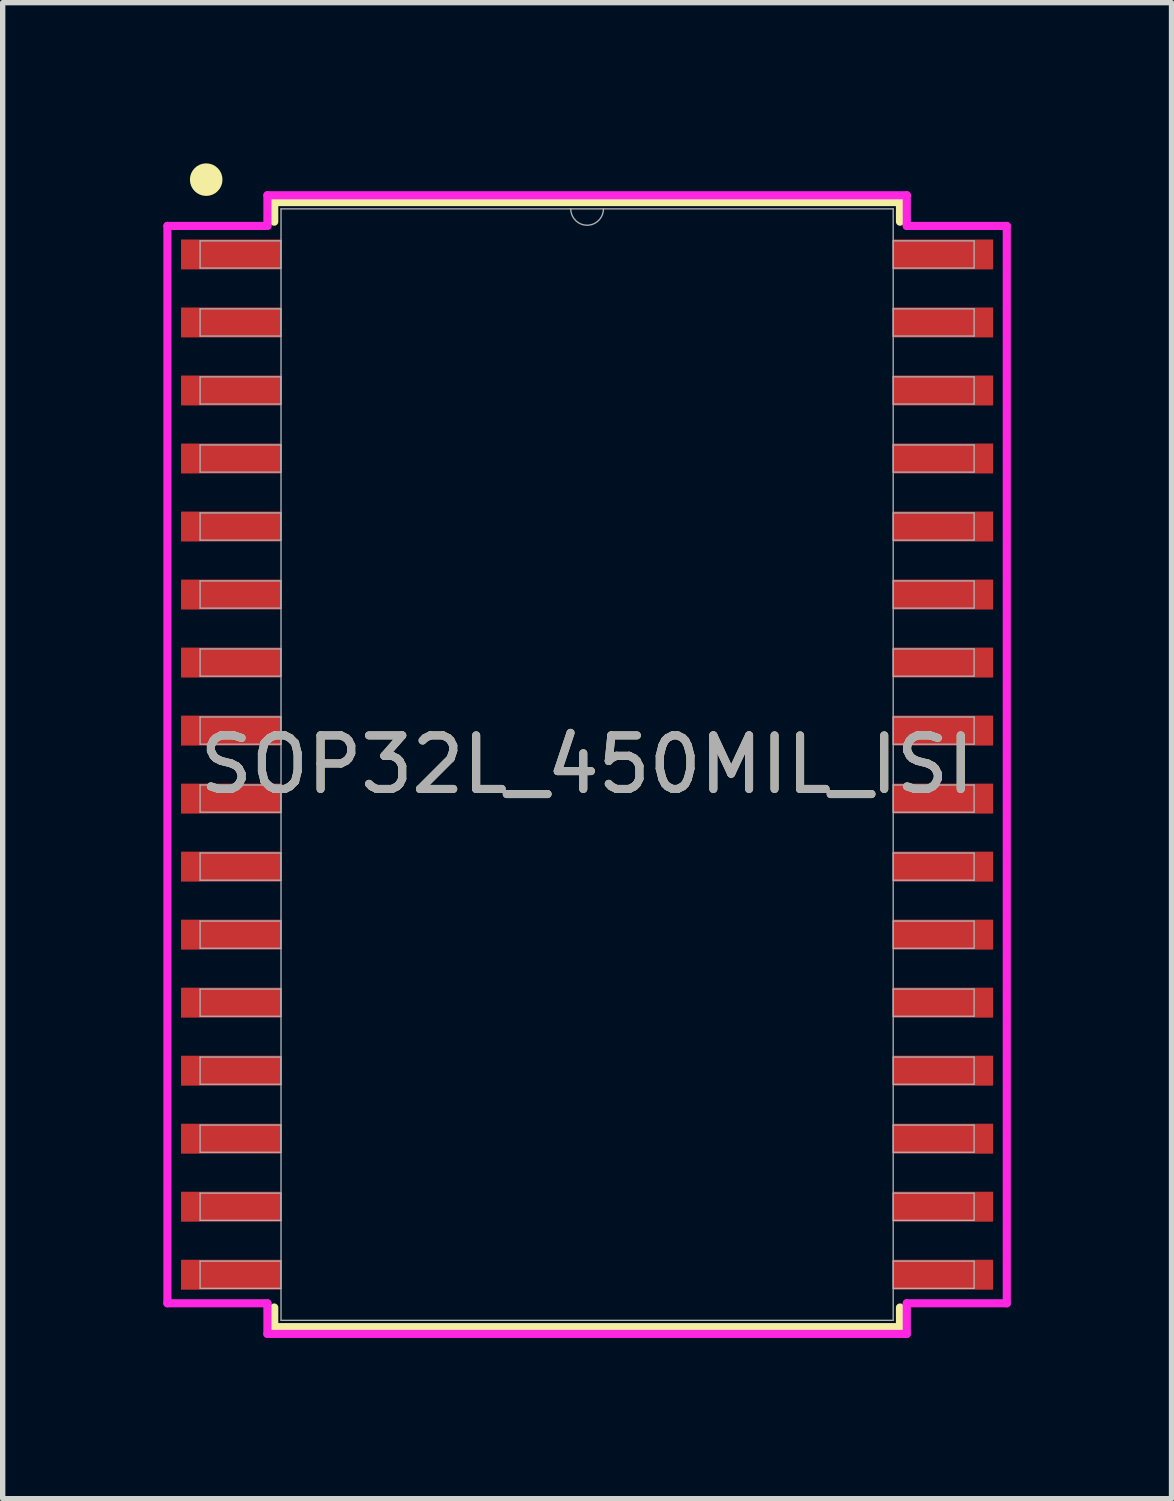
<source format=kicad_pcb>
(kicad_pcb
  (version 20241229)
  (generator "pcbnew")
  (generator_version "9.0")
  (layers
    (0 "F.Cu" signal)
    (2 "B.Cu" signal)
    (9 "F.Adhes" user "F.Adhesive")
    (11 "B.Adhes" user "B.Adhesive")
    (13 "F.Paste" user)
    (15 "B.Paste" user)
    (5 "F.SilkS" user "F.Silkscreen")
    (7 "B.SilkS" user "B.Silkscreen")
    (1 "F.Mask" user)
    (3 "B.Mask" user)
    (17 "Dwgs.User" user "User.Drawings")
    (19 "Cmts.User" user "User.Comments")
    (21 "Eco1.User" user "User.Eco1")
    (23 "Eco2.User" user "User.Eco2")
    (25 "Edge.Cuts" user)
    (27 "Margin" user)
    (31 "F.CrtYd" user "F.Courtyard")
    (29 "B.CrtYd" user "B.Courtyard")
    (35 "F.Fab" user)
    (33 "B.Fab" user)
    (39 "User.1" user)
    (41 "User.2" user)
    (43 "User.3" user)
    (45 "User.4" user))
  (footprint "SOP32L_450MIL_ISI"
    (layer "F.Cu")
    (at 7.912 11.226)
    (property "Reference" "SOP32L_450MIL_ISI" (at 0 0 0) (unlocked yes) (layer "F.SilkS") (effects (font (size 1 1) (thickness 0.15))))
    (attr smd)
    (fp_line (start -5.842 -10.503) (end -5.842 -10.137) (stroke (width 0.152) (type solid)) (layer "F.SilkS"))
    (fp_line (start -5.842 10.137) (end -5.842 10.503) (stroke (width 0.152) (type solid)) (layer "F.SilkS"))
    (fp_line (start -5.842 10.503) (end 5.842 10.503) (stroke (width 0.152) (type solid)) (layer "F.SilkS"))
    (fp_line (start 5.842 -10.503) (end -5.842 -10.503) (stroke (width 0.152) (type solid)) (layer "F.SilkS"))
    (fp_line (start 5.842 -10.137) (end 5.842 -10.503) (stroke (width 0.152) (type solid)) (layer "F.SilkS"))
    (fp_line (start 5.842 10.503) (end 5.842 10.137) (stroke (width 0.152) (type solid)) (layer "F.SilkS"))
    (fp_circle (center -7.112 -10.922) (end -7.112 -10.668) (stroke (width 0.1) (type default)) (fill no) (layer "F.SilkS"))
    (fp_poly (pts (xy -6.863 -10.972) (xy -6.901 -11.063) (xy -6.971 -11.133) (xy -7.062 -11.171) (xy -7.162 -11.171) (xy -7.253 -11.133) (xy -7.323 -11.063) (xy -7.361 -10.972) (xy -7.361 -10.872) (xy -7.323 -10.781) (xy -7.253 -10.711) (xy -7.162 -10.673) (xy -7.062 -10.673) (xy -6.971 -10.711) (xy -6.901 -10.781) (xy -6.863 -10.872) (xy -6.863 -10.972)) (stroke (width 0) (type solid)) (fill yes) (layer "F.SilkS"))
    (fp_line (start -7.836 -10.058) (end -5.969 -10.058) (stroke (width 0.152) (type solid)) (layer "F.CrtYd"))
    (fp_line (start -7.836 10.058) (end -7.836 -10.058) (stroke (width 0.152) (type solid)) (layer "F.CrtYd"))
    (fp_line (start -7.836 10.058) (end -5.969 10.058) (stroke (width 0.152) (type solid)) (layer "F.CrtYd"))
    (fp_line (start -5.969 -10.63) (end 5.969 -10.63) (stroke (width 0.152) (type solid)) (layer "F.CrtYd"))
    (fp_line (start -5.969 -10.058) (end -5.969 -10.63) (stroke (width 0.152) (type solid)) (layer "F.CrtYd"))
    (fp_line (start -5.969 10.63) (end -5.969 10.058) (stroke (width 0.152) (type solid)) (layer "F.CrtYd"))
    (fp_line (start 5.969 -10.63) (end 5.969 -10.058) (stroke (width 0.152) (type solid)) (layer "F.CrtYd"))
    (fp_line (start 5.969 10.058) (end 5.969 10.63) (stroke (width 0.152) (type solid)) (layer "F.CrtYd"))
    (fp_line (start 5.969 10.63) (end -5.969 10.63) (stroke (width 0.152) (type solid)) (layer "F.CrtYd"))
    (fp_line (start 7.836 -10.058) (end 5.969 -10.058) (stroke (width 0.152) (type solid)) (layer "F.CrtYd"))
    (fp_line (start 7.836 -10.058) (end 7.836 10.058) (stroke (width 0.152) (type solid)) (layer "F.CrtYd"))
    (fp_line (start 7.836 10.058) (end 5.969 10.058) (stroke (width 0.152) (type solid)) (layer "F.CrtYd"))
    (fp_line (start -7.226 -9.779) (end -7.226 -9.271) (stroke (width 0.025) (type solid)) (layer "F.Fab"))
    (fp_line (start -7.226 -9.271) (end -5.715 -9.271) (stroke (width 0.025) (type solid)) (layer "F.Fab"))
    (fp_line (start -7.226 -8.509) (end -7.226 -8.001) (stroke (width 0.025) (type solid)) (layer "F.Fab"))
    (fp_line (start -7.226 -8.001) (end -5.715 -8.001) (stroke (width 0.025) (type solid)) (layer "F.Fab"))
    (fp_line (start -7.226 -7.239) (end -7.226 -6.731) (stroke (width 0.025) (type solid)) (layer "F.Fab"))
    (fp_line (start -7.226 -6.731) (end -5.715 -6.731) (stroke (width 0.025) (type solid)) (layer "F.Fab"))
    (fp_line (start -7.226 -5.969) (end -7.226 -5.461) (stroke (width 0.025) (type solid)) (layer "F.Fab"))
    (fp_line (start -7.226 -5.461) (end -5.715 -5.461) (stroke (width 0.025) (type solid)) (layer "F.Fab"))
    (fp_line (start -7.226 -4.699) (end -7.226 -4.191) (stroke (width 0.025) (type solid)) (layer "F.Fab"))
    (fp_line (start -7.226 -4.191) (end -5.715 -4.191) (stroke (width 0.025) (type solid)) (layer "F.Fab"))
    (fp_line (start -7.226 -3.429) (end -7.226 -2.921) (stroke (width 0.025) (type solid)) (layer "F.Fab"))
    (fp_line (start -7.226 -2.921) (end -5.715 -2.921) (stroke (width 0.025) (type solid)) (layer "F.Fab"))
    (fp_line (start -7.226 -2.159) (end -7.226 -1.651) (stroke (width 0.025) (type solid)) (layer "F.Fab"))
    (fp_line (start -7.226 -1.651) (end -5.715 -1.651) (stroke (width 0.025) (type solid)) (layer "F.Fab"))
    (fp_line (start -7.226 -0.889) (end -7.226 -0.381) (stroke (width 0.025) (type solid)) (layer "F.Fab"))
    (fp_line (start -7.226 -0.381) (end -5.715 -0.381) (stroke (width 0.025) (type solid)) (layer "F.Fab"))
    (fp_line (start -7.226 0.381) (end -7.226 0.889) (stroke (width 0.025) (type solid)) (layer "F.Fab"))
    (fp_line (start -7.226 0.889) (end -5.715 0.889) (stroke (width 0.025) (type solid)) (layer "F.Fab"))
    (fp_line (start -7.226 1.651) (end -7.226 2.159) (stroke (width 0.025) (type solid)) (layer "F.Fab"))
    (fp_line (start -7.226 2.159) (end -5.715 2.159) (stroke (width 0.025) (type solid)) (layer "F.Fab"))
    (fp_line (start -7.226 2.921) (end -7.226 3.429) (stroke (width 0.025) (type solid)) (layer "F.Fab"))
    (fp_line (start -7.226 3.429) (end -5.715 3.429) (stroke (width 0.025) (type solid)) (layer "F.Fab"))
    (fp_line (start -7.226 4.191) (end -7.226 4.699) (stroke (width 0.025) (type solid)) (layer "F.Fab"))
    (fp_line (start -7.226 4.699) (end -5.715 4.699) (stroke (width 0.025) (type solid)) (layer "F.Fab"))
    (fp_line (start -7.226 5.461) (end -7.226 5.969) (stroke (width 0.025) (type solid)) (layer "F.Fab"))
    (fp_line (start -7.226 5.969) (end -5.715 5.969) (stroke (width 0.025) (type solid)) (layer "F.Fab"))
    (fp_line (start -7.226 6.731) (end -7.226 7.239) (stroke (width 0.025) (type solid)) (layer "F.Fab"))
    (fp_line (start -7.226 7.239) (end -5.715 7.239) (stroke (width 0.025) (type solid)) (layer "F.Fab"))
    (fp_line (start -7.226 8.001) (end -7.226 8.509) (stroke (width 0.025) (type solid)) (layer "F.Fab"))
    (fp_line (start -7.226 8.509) (end -5.715 8.509) (stroke (width 0.025) (type solid)) (layer "F.Fab"))
    (fp_line (start -7.226 9.271) (end -7.226 9.779) (stroke (width 0.025) (type solid)) (layer "F.Fab"))
    (fp_line (start -7.226 9.779) (end -5.715 9.779) (stroke (width 0.025) (type solid)) (layer "F.Fab"))
    (fp_line (start -5.715 -10.376) (end -5.715 10.376) (stroke (width 0.025) (type solid)) (layer "F.Fab"))
    (fp_line (start -5.715 -9.779) (end -7.226 -9.779) (stroke (width 0.025) (type solid)) (layer "F.Fab"))
    (fp_line (start -5.715 -9.271) (end -5.715 -9.779) (stroke (width 0.025) (type solid)) (layer "F.Fab"))
    (fp_line (start -5.715 -8.509) (end -7.226 -8.509) (stroke (width 0.025) (type solid)) (layer "F.Fab"))
    (fp_line (start -5.715 -8.001) (end -5.715 -8.509) (stroke (width 0.025) (type solid)) (layer "F.Fab"))
    (fp_line (start -5.715 -7.239) (end -7.226 -7.239) (stroke (width 0.025) (type solid)) (layer "F.Fab"))
    (fp_line (start -5.715 -6.731) (end -5.715 -7.239) (stroke (width 0.025) (type solid)) (layer "F.Fab"))
    (fp_line (start -5.715 -5.969) (end -7.226 -5.969) (stroke (width 0.025) (type solid)) (layer "F.Fab"))
    (fp_line (start -5.715 -5.461) (end -5.715 -5.969) (stroke (width 0.025) (type solid)) (layer "F.Fab"))
    (fp_line (start -5.715 -4.699) (end -7.226 -4.699) (stroke (width 0.025) (type solid)) (layer "F.Fab"))
    (fp_line (start -5.715 -4.191) (end -5.715 -4.699) (stroke (width 0.025) (type solid)) (layer "F.Fab"))
    (fp_line (start -5.715 -3.429) (end -7.226 -3.429) (stroke (width 0.025) (type solid)) (layer "F.Fab"))
    (fp_line (start -5.715 -2.921) (end -5.715 -3.429) (stroke (width 0.025) (type solid)) (layer "F.Fab"))
    (fp_line (start -5.715 -2.159) (end -7.226 -2.159) (stroke (width 0.025) (type solid)) (layer "F.Fab"))
    (fp_line (start -5.715 -1.651) (end -5.715 -2.159) (stroke (width 0.025) (type solid)) (layer "F.Fab"))
    (fp_line (start -5.715 -0.889) (end -7.226 -0.889) (stroke (width 0.025) (type solid)) (layer "F.Fab"))
    (fp_line (start -5.715 -0.381) (end -5.715 -0.889) (stroke (width 0.025) (type solid)) (layer "F.Fab"))
    (fp_line (start -5.715 0.381) (end -7.226 0.381) (stroke (width 0.025) (type solid)) (layer "F.Fab"))
    (fp_line (start -5.715 0.889) (end -5.715 0.381) (stroke (width 0.025) (type solid)) (layer "F.Fab"))
    (fp_line (start -5.715 1.651) (end -7.226 1.651) (stroke (width 0.025) (type solid)) (layer "F.Fab"))
    (fp_line (start -5.715 2.159) (end -5.715 1.651) (stroke (width 0.025) (type solid)) (layer "F.Fab"))
    (fp_line (start -5.715 2.921) (end -7.226 2.921) (stroke (width 0.025) (type solid)) (layer "F.Fab"))
    (fp_line (start -5.715 3.429) (end -5.715 2.921) (stroke (width 0.025) (type solid)) (layer "F.Fab"))
    (fp_line (start -5.715 4.191) (end -7.226 4.191) (stroke (width 0.025) (type solid)) (layer "F.Fab"))
    (fp_line (start -5.715 4.699) (end -5.715 4.191) (stroke (width 0.025) (type solid)) (layer "F.Fab"))
    (fp_line (start -5.715 5.461) (end -7.226 5.461) (stroke (width 0.025) (type solid)) (layer "F.Fab"))
    (fp_line (start -5.715 5.969) (end -5.715 5.461) (stroke (width 0.025) (type solid)) (layer "F.Fab"))
    (fp_line (start -5.715 6.731) (end -7.226 6.731) (stroke (width 0.025) (type solid)) (layer "F.Fab"))
    (fp_line (start -5.715 7.239) (end -5.715 6.731) (stroke (width 0.025) (type solid)) (layer "F.Fab"))
    (fp_line (start -5.715 8.001) (end -7.226 8.001) (stroke (width 0.025) (type solid)) (layer "F.Fab"))
    (fp_line (start -5.715 8.509) (end -5.715 8.001) (stroke (width 0.025) (type solid)) (layer "F.Fab"))
    (fp_line (start -5.715 9.271) (end -7.226 9.271) (stroke (width 0.025) (type solid)) (layer "F.Fab"))
    (fp_line (start -5.715 9.779) (end -5.715 9.271) (stroke (width 0.025) (type solid)) (layer "F.Fab"))
    (fp_line (start -5.715 10.376) (end 5.715 10.376) (stroke (width 0.025) (type solid)) (layer "F.Fab"))
    (fp_line (start 5.715 -10.376) (end -5.715 -10.376) (stroke (width 0.025) (type solid)) (layer "F.Fab"))
    (fp_line (start 5.715 -9.779) (end 5.715 -9.271) (stroke (width 0.025) (type solid)) (layer "F.Fab"))
    (fp_line (start 5.715 -9.271) (end 7.226 -9.271) (stroke (width 0.025) (type solid)) (layer "F.Fab"))
    (fp_line (start 5.715 -8.509) (end 5.715 -8.001) (stroke (width 0.025) (type solid)) (layer "F.Fab"))
    (fp_line (start 5.715 -8.001) (end 7.226 -8.001) (stroke (width 0.025) (type solid)) (layer "F.Fab"))
    (fp_line (start 5.715 -7.239) (end 5.715 -6.731) (stroke (width 0.025) (type solid)) (layer "F.Fab"))
    (fp_line (start 5.715 -6.731) (end 7.226 -6.731) (stroke (width 0.025) (type solid)) (layer "F.Fab"))
    (fp_line (start 5.715 -5.969) (end 5.715 -5.461) (stroke (width 0.025) (type solid)) (layer "F.Fab"))
    (fp_line (start 5.715 -5.461) (end 7.226 -5.461) (stroke (width 0.025) (type solid)) (layer "F.Fab"))
    (fp_line (start 5.715 -4.699) (end 5.715 -4.191) (stroke (width 0.025) (type solid)) (layer "F.Fab"))
    (fp_line (start 5.715 -4.191) (end 7.226 -4.191) (stroke (width 0.025) (type solid)) (layer "F.Fab"))
    (fp_line (start 5.715 -3.429) (end 5.715 -2.921) (stroke (width 0.025) (type solid)) (layer "F.Fab"))
    (fp_line (start 5.715 -2.921) (end 7.226 -2.921) (stroke (width 0.025) (type solid)) (layer "F.Fab"))
    (fp_line (start 5.715 -2.159) (end 5.715 -1.651) (stroke (width 0.025) (type solid)) (layer "F.Fab"))
    (fp_line (start 5.715 -1.651) (end 7.226 -1.651) (stroke (width 0.025) (type solid)) (layer "F.Fab"))
    (fp_line (start 5.715 -0.889) (end 5.715 -0.381) (stroke (width 0.025) (type solid)) (layer "F.Fab"))
    (fp_line (start 5.715 -0.381) (end 7.226 -0.381) (stroke (width 0.025) (type solid)) (layer "F.Fab"))
    (fp_line (start 5.715 0.381) (end 5.715 0.889) (stroke (width 0.025) (type solid)) (layer "F.Fab"))
    (fp_line (start 5.715 0.889) (end 7.226 0.889) (stroke (width 0.025) (type solid)) (layer "F.Fab"))
    (fp_line (start 5.715 1.651) (end 5.715 2.159) (stroke (width 0.025) (type solid)) (layer "F.Fab"))
    (fp_line (start 5.715 2.159) (end 7.226 2.159) (stroke (width 0.025) (type solid)) (layer "F.Fab"))
    (fp_line (start 5.715 2.921) (end 5.715 3.429) (stroke (width 0.025) (type solid)) (layer "F.Fab"))
    (fp_line (start 5.715 3.429) (end 7.226 3.429) (stroke (width 0.025) (type solid)) (layer "F.Fab"))
    (fp_line (start 5.715 4.191) (end 5.715 4.699) (stroke (width 0.025) (type solid)) (layer "F.Fab"))
    (fp_line (start 5.715 4.699) (end 7.226 4.699) (stroke (width 0.025) (type solid)) (layer "F.Fab"))
    (fp_line (start 5.715 5.461) (end 5.715 5.969) (stroke (width 0.025) (type solid)) (layer "F.Fab"))
    (fp_line (start 5.715 5.969) (end 7.226 5.969) (stroke (width 0.025) (type solid)) (layer "F.Fab"))
    (fp_line (start 5.715 6.731) (end 5.715 7.239) (stroke (width 0.025) (type solid)) (layer "F.Fab"))
    (fp_line (start 5.715 7.239) (end 7.226 7.239) (stroke (width 0.025) (type solid)) (layer "F.Fab"))
    (fp_line (start 5.715 8.001) (end 5.715 8.509) (stroke (width 0.025) (type solid)) (layer "F.Fab"))
    (fp_line (start 5.715 8.509) (end 7.226 8.509) (stroke (width 0.025) (type solid)) (layer "F.Fab"))
    (fp_line (start 5.715 9.271) (end 5.715 9.779) (stroke (width 0.025) (type solid)) (layer "F.Fab"))
    (fp_line (start 5.715 9.779) (end 7.226 9.779) (stroke (width 0.025) (type solid)) (layer "F.Fab"))
    (fp_line (start 5.715 10.376) (end 5.715 -10.376) (stroke (width 0.025) (type solid)) (layer "F.Fab"))
    (fp_line (start 7.226 -9.779) (end 5.715 -9.779) (stroke (width 0.025) (type solid)) (layer "F.Fab"))
    (fp_line (start 7.226 -9.271) (end 7.226 -9.779) (stroke (width 0.025) (type solid)) (layer "F.Fab"))
    (fp_line (start 7.226 -8.509) (end 5.715 -8.509) (stroke (width 0.025) (type solid)) (layer "F.Fab"))
    (fp_line (start 7.226 -8.001) (end 7.226 -8.509) (stroke (width 0.025) (type solid)) (layer "F.Fab"))
    (fp_line (start 7.226 -7.239) (end 5.715 -7.239) (stroke (width 0.025) (type solid)) (layer "F.Fab"))
    (fp_line (start 7.226 -6.731) (end 7.226 -7.239) (stroke (width 0.025) (type solid)) (layer "F.Fab"))
    (fp_line (start 7.226 -5.969) (end 5.715 -5.969) (stroke (width 0.025) (type solid)) (layer "F.Fab"))
    (fp_line (start 7.226 -5.461) (end 7.226 -5.969) (stroke (width 0.025) (type solid)) (layer "F.Fab"))
    (fp_line (start 7.226 -4.699) (end 5.715 -4.699) (stroke (width 0.025) (type solid)) (layer "F.Fab"))
    (fp_line (start 7.226 -4.191) (end 7.226 -4.699) (stroke (width 0.025) (type solid)) (layer "F.Fab"))
    (fp_line (start 7.226 -3.429) (end 5.715 -3.429) (stroke (width 0.025) (type solid)) (layer "F.Fab"))
    (fp_line (start 7.226 -2.921) (end 7.226 -3.429) (stroke (width 0.025) (type solid)) (layer "F.Fab"))
    (fp_line (start 7.226 -2.159) (end 5.715 -2.159) (stroke (width 0.025) (type solid)) (layer "F.Fab"))
    (fp_line (start 7.226 -1.651) (end 7.226 -2.159) (stroke (width 0.025) (type solid)) (layer "F.Fab"))
    (fp_line (start 7.226 -0.889) (end 5.715 -0.889) (stroke (width 0.025) (type solid)) (layer "F.Fab"))
    (fp_line (start 7.226 -0.381) (end 7.226 -0.889) (stroke (width 0.025) (type solid)) (layer "F.Fab"))
    (fp_line (start 7.226 0.381) (end 5.715 0.381) (stroke (width 0.025) (type solid)) (layer "F.Fab"))
    (fp_line (start 7.226 0.889) (end 7.226 0.381) (stroke (width 0.025) (type solid)) (layer "F.Fab"))
    (fp_line (start 7.226 1.651) (end 5.715 1.651) (stroke (width 0.025) (type solid)) (layer "F.Fab"))
    (fp_line (start 7.226 2.159) (end 7.226 1.651) (stroke (width 0.025) (type solid)) (layer "F.Fab"))
    (fp_line (start 7.226 2.921) (end 5.715 2.921) (stroke (width 0.025) (type solid)) (layer "F.Fab"))
    (fp_line (start 7.226 3.429) (end 7.226 2.921) (stroke (width 0.025) (type solid)) (layer "F.Fab"))
    (fp_line (start 7.226 4.191) (end 5.715 4.191) (stroke (width 0.025) (type solid)) (layer "F.Fab"))
    (fp_line (start 7.226 4.699) (end 7.226 4.191) (stroke (width 0.025) (type solid)) (layer "F.Fab"))
    (fp_line (start 7.226 5.461) (end 5.715 5.461) (stroke (width 0.025) (type solid)) (layer "F.Fab"))
    (fp_line (start 7.226 5.969) (end 7.226 5.461) (stroke (width 0.025) (type solid)) (layer "F.Fab"))
    (fp_line (start 7.226 6.731) (end 5.715 6.731) (stroke (width 0.025) (type solid)) (layer "F.Fab"))
    (fp_line (start 7.226 7.239) (end 7.226 6.731) (stroke (width 0.025) (type solid)) (layer "F.Fab"))
    (fp_line (start 7.226 8.001) (end 5.715 8.001) (stroke (width 0.025) (type solid)) (layer "F.Fab"))
    (fp_line (start 7.226 8.509) (end 7.226 8.001) (stroke (width 0.025) (type solid)) (layer "F.Fab"))
    (fp_line (start 7.226 9.271) (end 5.715 9.271) (stroke (width 0.025) (type solid)) (layer "F.Fab"))
    (fp_line (start 7.226 9.779) (end 7.226 9.271) (stroke (width 0.025) (type solid)) (layer "F.Fab"))
    (fp_arc (start 0.3048 -10.3759) (mid 0 -10.0711) (end -0.3048 -10.3759) (stroke (width 0.0254) (type solid)) (layer "F.Fab"))
    (fp_text user "${REFERENCE}" (at 0 0 0) (unlocked yes) (layer "F.Fab") (effects (font (size 1 1) (thickness 0.15))))
    (pad "1" smd rect (at -6.648 -9.525) (size 1.867 0.559) (layers "F.Cu" "F.Mask" "F.Paste"))
    (pad "2" smd rect (at -6.648 -8.255) (size 1.867 0.559) (layers "F.Cu" "F.Mask" "F.Paste"))
    (pad "3" smd rect (at -6.648 -6.985) (size 1.867 0.559) (layers "F.Cu" "F.Mask" "F.Paste"))
    (pad "4" smd rect (at -6.648 -5.715) (size 1.867 0.559) (layers "F.Cu" "F.Mask" "F.Paste"))
    (pad "5" smd rect (at -6.648 -4.445) (size 1.867 0.559) (layers "F.Cu" "F.Mask" "F.Paste"))
    (pad "6" smd rect (at -6.648 -3.175) (size 1.867 0.559) (layers "F.Cu" "F.Mask" "F.Paste"))
    (pad "7" smd rect (at -6.648 -1.905) (size 1.867 0.559) (layers "F.Cu" "F.Mask" "F.Paste"))
    (pad "8" smd rect (at -6.648 -0.635) (size 1.867 0.559) (layers "F.Cu" "F.Mask" "F.Paste"))
    (pad "9" smd rect (at -6.648 0.635) (size 1.867 0.559) (layers "F.Cu" "F.Mask" "F.Paste"))
    (pad "10" smd rect (at -6.648 1.905) (size 1.867 0.559) (layers "F.Cu" "F.Mask" "F.Paste"))
    (pad "11" smd rect (at -6.648 3.175) (size 1.867 0.559) (layers "F.Cu" "F.Mask" "F.Paste"))
    (pad "12" smd rect (at -6.648 4.445) (size 1.867 0.559) (layers "F.Cu" "F.Mask" "F.Paste"))
    (pad "13" smd rect (at -6.648 5.715) (size 1.867 0.559) (layers "F.Cu" "F.Mask" "F.Paste"))
    (pad "14" smd rect (at -6.648 6.985) (size 1.867 0.559) (layers "F.Cu" "F.Mask" "F.Paste"))
    (pad "15" smd rect (at -6.648 8.255) (size 1.867 0.559) (layers "F.Cu" "F.Mask" "F.Paste"))
    (pad "16" smd rect (at -6.648 9.525) (size 1.867 0.559) (layers "F.Cu" "F.Mask" "F.Paste"))
    (pad "17" smd rect (at 6.648 9.525) (size 1.867 0.559) (layers "F.Cu" "F.Mask" "F.Paste"))
    (pad "18" smd rect (at 6.648 8.255) (size 1.867 0.559) (layers "F.Cu" "F.Mask" "F.Paste"))
    (pad "19" smd rect (at 6.648 6.985) (size 1.867 0.559) (layers "F.Cu" "F.Mask" "F.Paste"))
    (pad "20" smd rect (at 6.648 5.715) (size 1.867 0.559) (layers "F.Cu" "F.Mask" "F.Paste"))
    (pad "21" smd rect (at 6.648 4.445) (size 1.867 0.559) (layers "F.Cu" "F.Mask" "F.Paste"))
    (pad "22" smd rect (at 6.648 3.175) (size 1.867 0.559) (layers "F.Cu" "F.Mask" "F.Paste"))
    (pad "23" smd rect (at 6.648 1.905) (size 1.867 0.559) (layers "F.Cu" "F.Mask" "F.Paste"))
    (pad "24" smd rect (at 6.648 0.635) (size 1.867 0.559) (layers "F.Cu" "F.Mask" "F.Paste"))
    (pad "25" smd rect (at 6.648 -0.635) (size 1.867 0.559) (layers "F.Cu" "F.Mask" "F.Paste"))
    (pad "26" smd rect (at 6.648 -1.905) (size 1.867 0.559) (layers "F.Cu" "F.Mask" "F.Paste"))
    (pad "27" smd rect (at 6.648 -3.175) (size 1.867 0.559) (layers "F.Cu" "F.Mask" "F.Paste"))
    (pad "28" smd rect (at 6.648 -4.445) (size 1.867 0.559) (layers "F.Cu" "F.Mask" "F.Paste"))
    (pad "29" smd rect (at 6.648 -5.715) (size 1.867 0.559) (layers "F.Cu" "F.Mask" "F.Paste"))
    (pad "30" smd rect (at 6.648 -6.985) (size 1.867 0.559) (layers "F.Cu" "F.Mask" "F.Paste"))
    (pad "31" smd rect (at 6.648 -8.255) (size 1.867 0.559) (layers "F.Cu" "F.Mask" "F.Paste"))
    (pad "32" smd rect (at 6.648 -9.525) (size 1.867 0.559) (layers "F.Cu" "F.Mask" "F.Paste")))
  (gr_rect
    (start -3 -3)
    (end 18.824 24.932)
    (stroke (width 0.1) (type default))
    (fill no)
    (layer "Edge.Cuts")))
</source>
